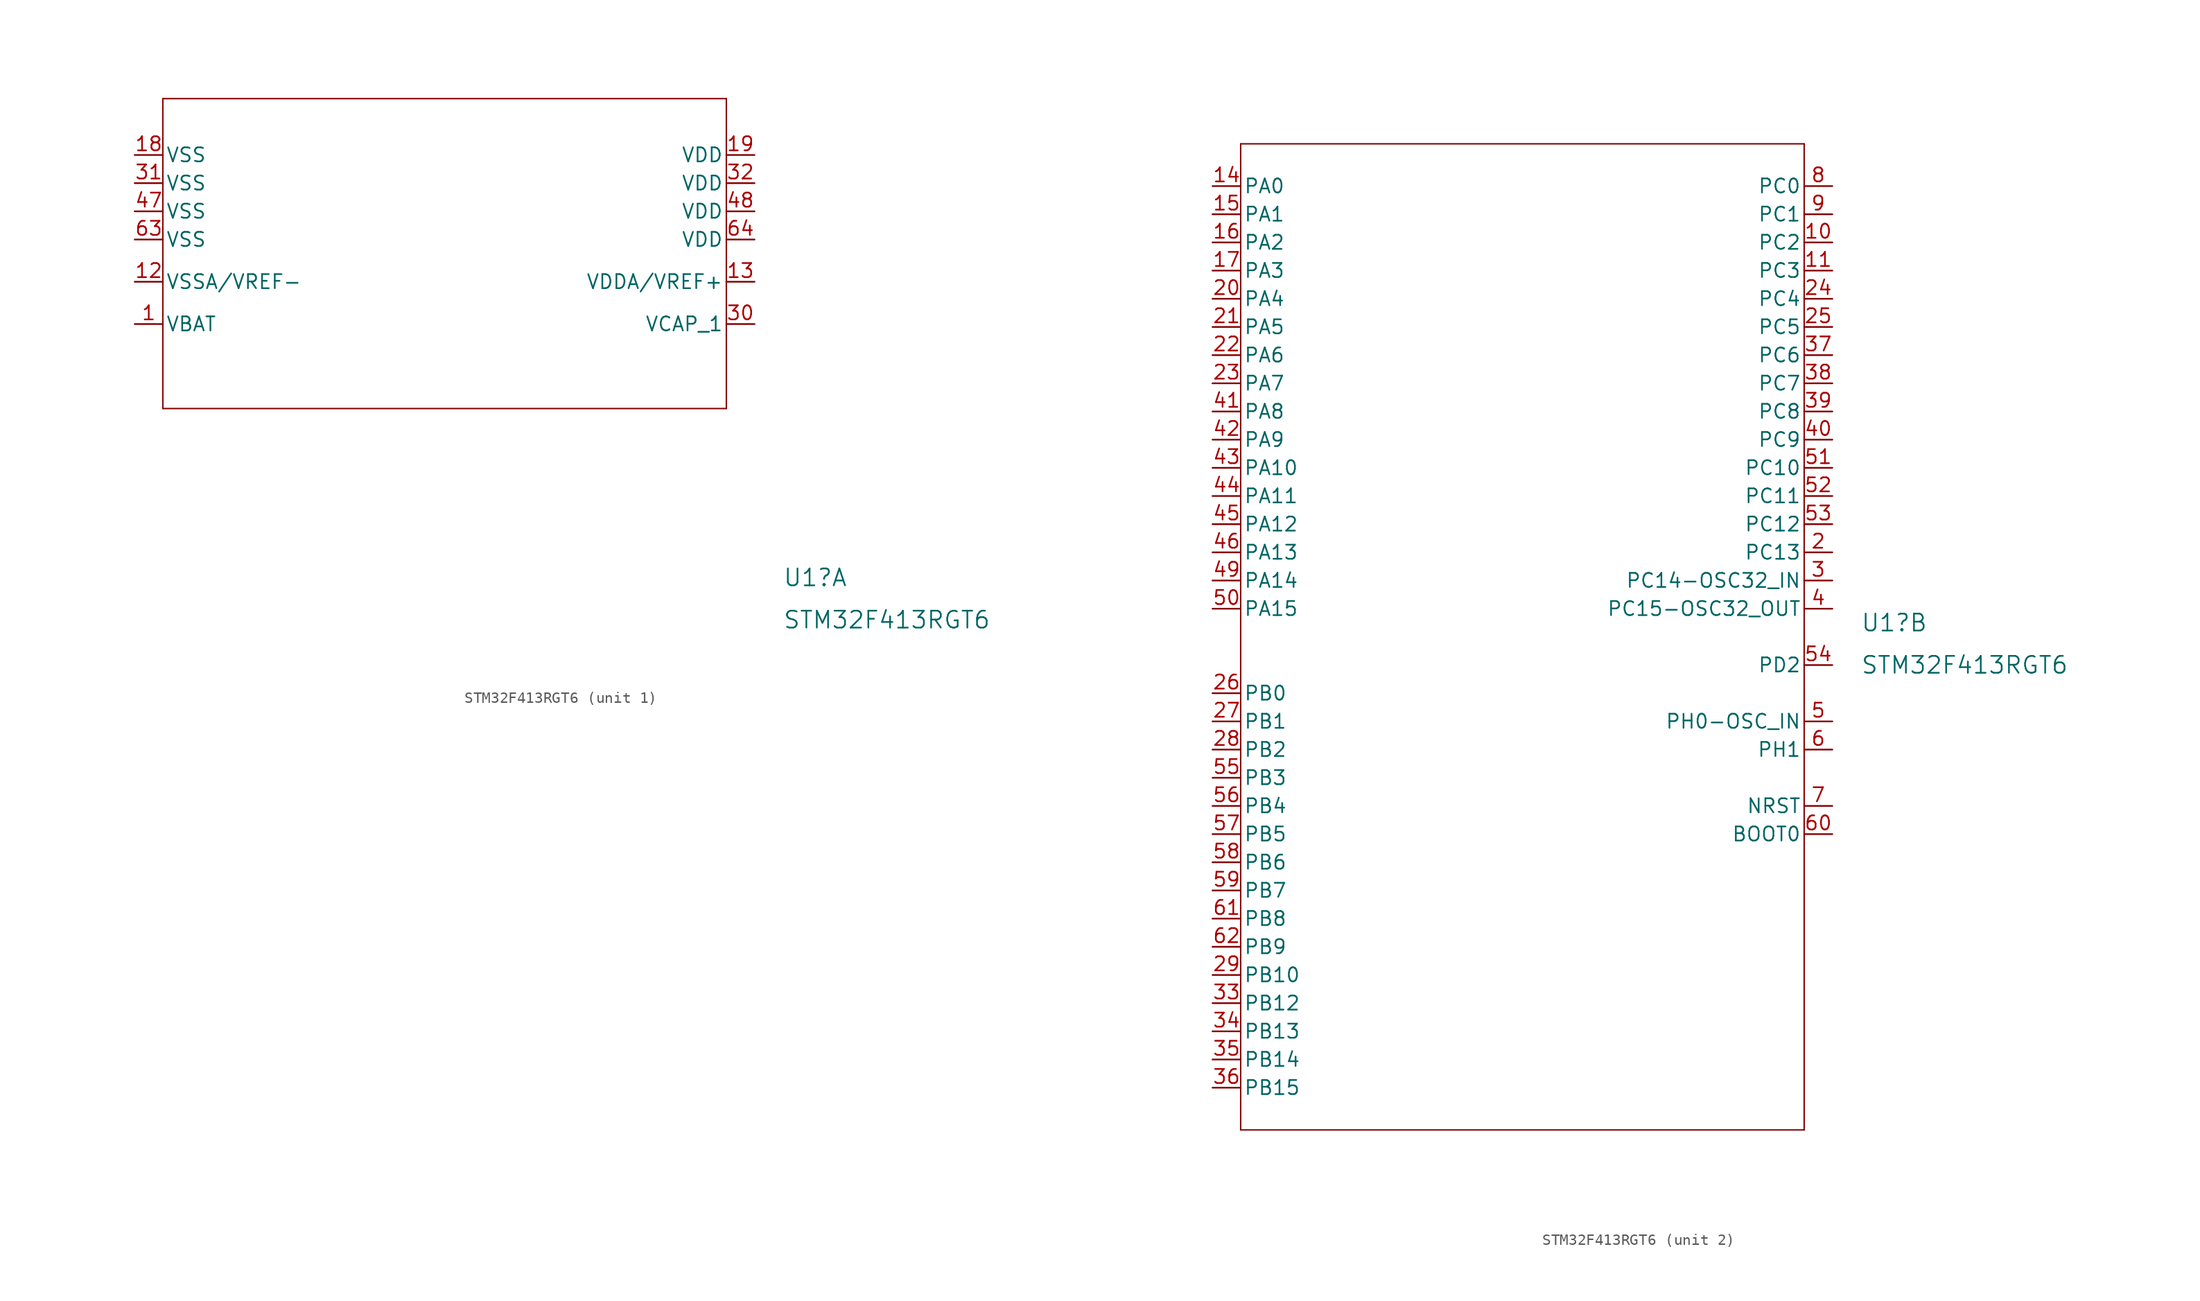
<source format=kicad_sym>
(kicad_symbol_lib
  (version 20211014)
  (generator kicad_symbol_editor)
  (symbol "STM32F413RGT6"
    (pin_names
      (offset 0.254))
    (property "Reference" "U1"
      (at 63.5 -38.1 0)
      (effects (font (size 1.524 1.524)) (justify left)))
    (property "Value" "STM32F413RGT6"
      (at 63.5 -41.91 0)
      (effects (font (size 1.524 1.524)) (justify left)))
    (property "ki_locked" ""
      (at 0 0 0)
      (effects (font (size 1.27 1.27))))
    (symbol "STM32F413RGT6_1_1"
      (polyline (pts (xy 7.62 -22.86) (xy 58.42 -22.86)) (stroke (width 0.127) (type default) (color 0 0 0 0)) (fill (type none)))
      (polyline (pts (xy 7.62 5.08) (xy 7.62 -22.86)) (stroke (width 0.127) (type default) (color 0 0 0 0)) (fill (type none)))
      (polyline (pts (xy 58.42 -22.86) (xy 58.42 5.08)) (stroke (width 0.127) (type default) (color 0 0 0 0)) (fill (type none)))
      (polyline (pts (xy 58.42 5.08) (xy 7.62 5.08)) (stroke (width 0.127) (type default) (color 0 0 0 0)) (fill (type none)))
      (pin power_in line (at 5.08 -15.24 0) (length 2.54) (name "VBAT" (effects (font (size 1.27 1.27)))) (number "1" (effects (font (size 1.27 1.27)))))
      (pin power_in line (at 5.08 -11.43 0) (length 2.54) (name "VSSA/VREF-" (effects (font (size 1.27 1.27)))) (number "12" (effects (font (size 1.27 1.27)))))
      (pin power_in line (at 60.96 -11.43 180) (length 2.54) (name "VDDA/VREF+" (effects (font (size 1.27 1.27)))) (number "13" (effects (font (size 1.27 1.27)))))
      (pin power_in line (at 5.08 0 0) (length 2.54) (name "VSS" (effects (font (size 1.27 1.27)))) (number "18" (effects (font (size 1.27 1.27)))))
      (pin power_in line (at 60.96 0 180) (length 2.54) (name "VDD" (effects (font (size 1.27 1.27)))) (number "19" (effects (font (size 1.27 1.27)))))
      (pin power_in line (at 60.96 -15.24 180) (length 2.54) (name "VCAP_1" (effects (font (size 1.27 1.27)))) (number "30" (effects (font (size 1.27 1.27)))))
      (pin power_in line (at 5.08 -2.54 0) (length 2.54) (name "VSS" (effects (font (size 1.27 1.27)))) (number "31" (effects (font (size 1.27 1.27)))))
      (pin power_in line (at 60.96 -2.54 180) (length 2.54) (name "VDD" (effects (font (size 1.27 1.27)))) (number "32" (effects (font (size 1.27 1.27)))))
      (pin power_in line (at 5.08 -5.08 0) (length 2.54) (name "VSS" (effects (font (size 1.27 1.27)))) (number "47" (effects (font (size 1.27 1.27)))))
      (pin power_in line (at 60.96 -5.08 180) (length 2.54) (name "VDD" (effects (font (size 1.27 1.27)))) (number "48" (effects (font (size 1.27 1.27)))))
      (pin power_in line (at 5.08 -7.62 0) (length 2.54) (name "VSS" (effects (font (size 1.27 1.27)))) (number "63" (effects (font (size 1.27 1.27)))))
      (pin power_in line (at 60.96 -7.62 180) (length 2.54) (name "VDD" (effects (font (size 1.27 1.27)))) (number "64" (effects (font (size 1.27 1.27))))))
    (symbol "STM32F413RGT6_2_1"
      (polyline (pts (xy 7.62 -83.82) (xy 58.42 -83.82)) (stroke (width 0.127) (type default) (color 0 0 0 0)) (fill (type none)))
      (polyline (pts (xy 7.62 5.08) (xy 7.62 -83.82)) (stroke (width 0.127) (type default) (color 0 0 0 0)) (fill (type none)))
      (polyline (pts (xy 58.42 -83.82) (xy 58.42 5.08)) (stroke (width 0.127) (type default) (color 0 0 0 0)) (fill (type none)))
      (polyline (pts (xy 58.42 5.08) (xy 7.62 5.08)) (stroke (width 0.127) (type default) (color 0 0 0 0)) (fill (type none)))
      (pin bidirectional line (at 60.96 -3.81 180) (length 2.54) (name "PC2" (effects (font (size 1.27 1.27)))) (number "10" (effects (font (size 1.27 1.27)))))
      (pin bidirectional line (at 60.96 -6.35 180) (length 2.54) (name "PC3" (effects (font (size 1.27 1.27)))) (number "11" (effects (font (size 1.27 1.27)))))
      (pin bidirectional line (at 5.08 1.27 0) (length 2.54) (name "PA0" (effects (font (size 1.27 1.27)))) (number "14" (effects (font (size 1.27 1.27)))))
      (pin bidirectional line (at 5.08 -1.27 0) (length 2.54) (name "PA1" (effects (font (size 1.27 1.27)))) (number "15" (effects (font (size 1.27 1.27)))))
      (pin bidirectional line (at 5.08 -3.81 0) (length 2.54) (name "PA2" (effects (font (size 1.27 1.27)))) (number "16" (effects (font (size 1.27 1.27)))))
      (pin bidirectional line (at 5.08 -6.35 0) (length 2.54) (name "PA3" (effects (font (size 1.27 1.27)))) (number "17" (effects (font (size 1.27 1.27)))))
      (pin bidirectional line (at 60.96 -31.75 180) (length 2.54) (name "PC13" (effects (font (size 1.27 1.27)))) (number "2" (effects (font (size 1.27 1.27)))))
      (pin bidirectional line (at 5.08 -8.89 0) (length 2.54) (name "PA4" (effects (font (size 1.27 1.27)))) (number "20" (effects (font (size 1.27 1.27)))))
      (pin bidirectional line (at 5.08 -11.43 0) (length 2.54) (name "PA5" (effects (font (size 1.27 1.27)))) (number "21" (effects (font (size 1.27 1.27)))))
      (pin bidirectional line (at 5.08 -13.97 0) (length 2.54) (name "PA6" (effects (font (size 1.27 1.27)))) (number "22" (effects (font (size 1.27 1.27)))))
      (pin bidirectional line (at 5.08 -16.51 0) (length 2.54) (name "PA7" (effects (font (size 1.27 1.27)))) (number "23" (effects (font (size 1.27 1.27)))))
      (pin bidirectional line (at 60.96 -8.89 180) (length 2.54) (name "PC4" (effects (font (size 1.27 1.27)))) (number "24" (effects (font (size 1.27 1.27)))))
      (pin bidirectional line (at 60.96 -11.43 180) (length 2.54) (name "PC5" (effects (font (size 1.27 1.27)))) (number "25" (effects (font (size 1.27 1.27)))))
      (pin bidirectional line (at 5.08 -44.45 0) (length 2.54) (name "PB0" (effects (font (size 1.27 1.27)))) (number "26" (effects (font (size 1.27 1.27)))))
      (pin bidirectional line (at 5.08 -46.99 0) (length 2.54) (name "PB1" (effects (font (size 1.27 1.27)))) (number "27" (effects (font (size 1.27 1.27)))))
      (pin bidirectional line (at 5.08 -49.53 0) (length 2.54) (name "PB2" (effects (font (size 1.27 1.27)))) (number "28" (effects (font (size 1.27 1.27)))))
      (pin bidirectional line (at 5.08 -69.85 0) (length 2.54) (name "PB10" (effects (font (size 1.27 1.27)))) (number "29" (effects (font (size 1.27 1.27)))))
      (pin bidirectional line (at 60.96 -34.29 180) (length 2.54) (name "PC14-OSC32_IN" (effects (font (size 1.27 1.27)))) (number "3" (effects (font (size 1.27 1.27)))))
      (pin bidirectional line (at 5.08 -72.39 0) (length 2.54) (name "PB12" (effects (font (size 1.27 1.27)))) (number "33" (effects (font (size 1.27 1.27)))))
      (pin bidirectional line (at 5.08 -74.93 0) (length 2.54) (name "PB13" (effects (font (size 1.27 1.27)))) (number "34" (effects (font (size 1.27 1.27)))))
      (pin bidirectional line (at 5.08 -77.47 0) (length 2.54) (name "PB14" (effects (font (size 1.27 1.27)))) (number "35" (effects (font (size 1.27 1.27)))))
      (pin bidirectional line (at 5.08 -80.01 0) (length 2.54) (name "PB15" (effects (font (size 1.27 1.27)))) (number "36" (effects (font (size 1.27 1.27)))))
      (pin bidirectional line (at 60.96 -13.97 180) (length 2.54) (name "PC6" (effects (font (size 1.27 1.27)))) (number "37" (effects (font (size 1.27 1.27)))))
      (pin bidirectional line (at 60.96 -16.51 180) (length 2.54) (name "PC7" (effects (font (size 1.27 1.27)))) (number "38" (effects (font (size 1.27 1.27)))))
      (pin bidirectional line (at 60.96 -19.05 180) (length 2.54) (name "PC8" (effects (font (size 1.27 1.27)))) (number "39" (effects (font (size 1.27 1.27)))))
      (pin bidirectional line (at 60.96 -36.83 180) (length 2.54) (name "PC15-OSC32_OUT" (effects (font (size 1.27 1.27)))) (number "4" (effects (font (size 1.27 1.27)))))
      (pin bidirectional line (at 60.96 -21.59 180) (length 2.54) (name "PC9" (effects (font (size 1.27 1.27)))) (number "40" (effects (font (size 1.27 1.27)))))
      (pin bidirectional line (at 5.08 -19.05 0) (length 2.54) (name "PA8" (effects (font (size 1.27 1.27)))) (number "41" (effects (font (size 1.27 1.27)))))
      (pin bidirectional line (at 5.08 -21.59 0) (length 2.54) (name "PA9" (effects (font (size 1.27 1.27)))) (number "42" (effects (font (size 1.27 1.27)))))
      (pin bidirectional line (at 5.08 -24.13 0) (length 2.54) (name "PA10" (effects (font (size 1.27 1.27)))) (number "43" (effects (font (size 1.27 1.27)))))
      (pin bidirectional line (at 5.08 -26.67 0) (length 2.54) (name "PA11" (effects (font (size 1.27 1.27)))) (number "44" (effects (font (size 1.27 1.27)))))
      (pin bidirectional line (at 5.08 -29.21 0) (length 2.54) (name "PA12" (effects (font (size 1.27 1.27)))) (number "45" (effects (font (size 1.27 1.27)))))
      (pin bidirectional line (at 5.08 -31.75 0) (length 2.54) (name "PA13" (effects (font (size 1.27 1.27)))) (number "46" (effects (font (size 1.27 1.27)))))
      (pin bidirectional line (at 5.08 -34.29 0) (length 2.54) (name "PA14" (effects (font (size 1.27 1.27)))) (number "49" (effects (font (size 1.27 1.27)))))
      (pin bidirectional line (at 60.96 -46.99 180) (length 2.54) (name "PH0-OSC_IN" (effects (font (size 1.27 1.27)))) (number "5" (effects (font (size 1.27 1.27)))))
      (pin bidirectional line (at 5.08 -36.83 0) (length 2.54) (name "PA15" (effects (font (size 1.27 1.27)))) (number "50" (effects (font (size 1.27 1.27)))))
      (pin bidirectional line (at 60.96 -24.13 180) (length 2.54) (name "PC10" (effects (font (size 1.27 1.27)))) (number "51" (effects (font (size 1.27 1.27)))))
      (pin bidirectional line (at 60.96 -26.67 180) (length 2.54) (name "PC11" (effects (font (size 1.27 1.27)))) (number "52" (effects (font (size 1.27 1.27)))))
      (pin bidirectional line (at 60.96 -29.21 180) (length 2.54) (name "PC12" (effects (font (size 1.27 1.27)))) (number "53" (effects (font (size 1.27 1.27)))))
      (pin bidirectional line (at 60.96 -41.91 180) (length 2.54) (name "PD2" (effects (font (size 1.27 1.27)))) (number "54" (effects (font (size 1.27 1.27)))))
      (pin bidirectional line (at 5.08 -52.07 0) (length 2.54) (name "PB3" (effects (font (size 1.27 1.27)))) (number "55" (effects (font (size 1.27 1.27)))))
      (pin bidirectional line (at 5.08 -54.61 0) (length 2.54) (name "PB4" (effects (font (size 1.27 1.27)))) (number "56" (effects (font (size 1.27 1.27)))))
      (pin bidirectional line (at 5.08 -57.15 0) (length 2.54) (name "PB5" (effects (font (size 1.27 1.27)))) (number "57" (effects (font (size 1.27 1.27)))))
      (pin bidirectional line (at 5.08 -59.69 0) (length 2.54) (name "PB6" (effects (font (size 1.27 1.27)))) (number "58" (effects (font (size 1.27 1.27)))))
      (pin bidirectional line (at 5.08 -62.23 0) (length 2.54) (name "PB7" (effects (font (size 1.27 1.27)))) (number "59" (effects (font (size 1.27 1.27)))))
      (pin bidirectional line (at 60.96 -49.53 180) (length 2.54) (name "PH1" (effects (font (size 1.27 1.27)))) (number "6" (effects (font (size 1.27 1.27)))))
      (pin input line (at 60.96 -57.15 180) (length 2.54) (name "BOOT0" (effects (font (size 1.27 1.27)))) (number "60" (effects (font (size 1.27 1.27)))))
      (pin bidirectional line (at 5.08 -64.77 0) (length 2.54) (name "PB8" (effects (font (size 1.27 1.27)))) (number "61" (effects (font (size 1.27 1.27)))))
      (pin bidirectional line (at 5.08 -67.31 0) (length 2.54) (name "PB9" (effects (font (size 1.27 1.27)))) (number "62" (effects (font (size 1.27 1.27)))))
      (pin bidirectional line (at 60.96 -54.61 180) (length 2.54) (name "NRST" (effects (font (size 1.27 1.27)))) (number "7" (effects (font (size 1.27 1.27)))))
      (pin bidirectional line (at 60.96 1.27 180) (length 2.54) (name "PC0" (effects (font (size 1.27 1.27)))) (number "8" (effects (font (size 1.27 1.27)))))
      (pin bidirectional line (at 60.96 -1.27 180) (length 2.54) (name "PC1" (effects (font (size 1.27 1.27)))) (number "9" (effects (font (size 1.27 1.27))))))))
</source>
